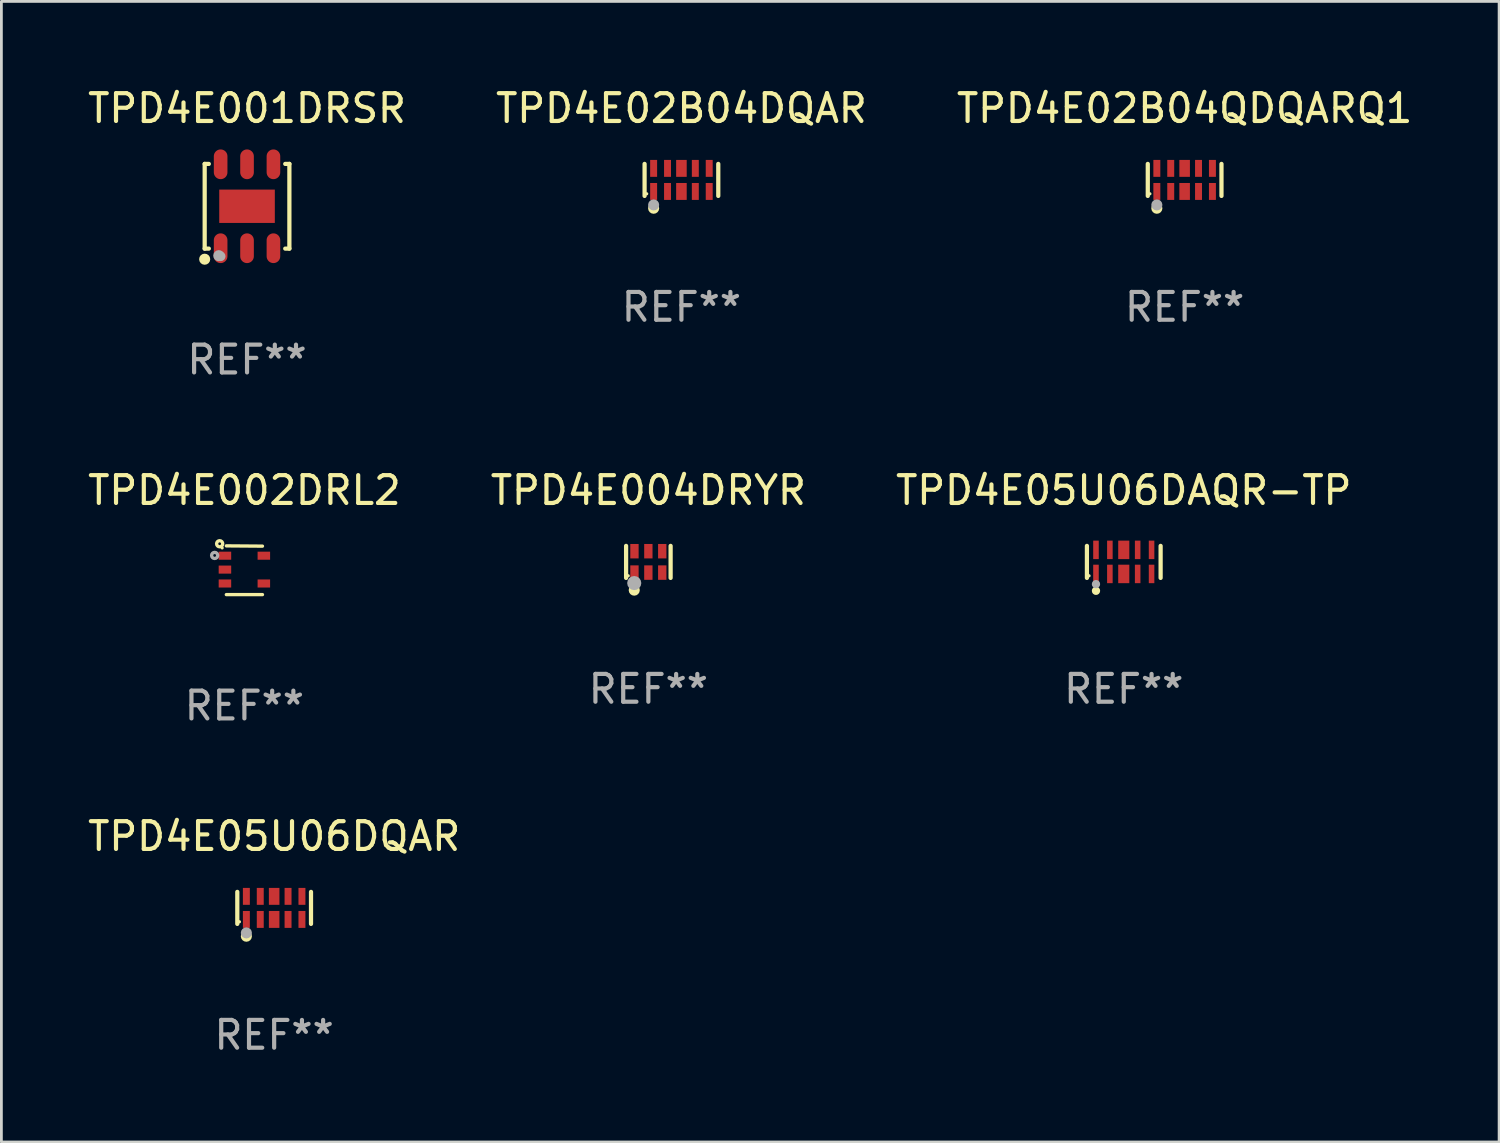
<source format=kicad_pcb>
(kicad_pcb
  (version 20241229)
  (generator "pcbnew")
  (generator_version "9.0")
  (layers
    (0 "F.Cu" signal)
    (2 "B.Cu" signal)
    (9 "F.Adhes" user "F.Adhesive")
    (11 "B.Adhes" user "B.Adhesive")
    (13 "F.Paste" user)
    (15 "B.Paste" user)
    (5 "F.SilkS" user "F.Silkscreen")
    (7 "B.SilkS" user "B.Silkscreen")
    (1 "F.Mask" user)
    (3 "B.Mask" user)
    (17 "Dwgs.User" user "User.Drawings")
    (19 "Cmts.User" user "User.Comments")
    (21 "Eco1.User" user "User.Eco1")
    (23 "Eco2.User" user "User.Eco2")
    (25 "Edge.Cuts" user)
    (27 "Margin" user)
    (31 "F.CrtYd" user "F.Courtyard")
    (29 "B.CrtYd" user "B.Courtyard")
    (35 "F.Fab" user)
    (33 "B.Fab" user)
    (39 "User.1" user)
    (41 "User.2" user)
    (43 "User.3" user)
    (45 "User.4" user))
  (footprint "TPD4E05U06DAQR-TP"
    (layer "F.Cu")
    (at 37.387 17.169)
    (property "Reference" "TPD4E05U06DAQR-TP" (at 0 -2.576 0) (layer "F.SilkS") (effects (font (size 1 1) (thickness 0.15))))
    (attr through_hole)
    (fp_line (start -1.326 0.576) (end -1.326 -0.576) (stroke (width 0.152) (type solid)) (layer "F.SilkS"))
    (fp_line (start 1.326 0.576) (end 1.326 -0.576) (stroke (width 0.152) (type solid)) (layer "F.SilkS"))
    (fp_circle (center -1.25 0.5) (end -1.22 0.5) (stroke (width 0.06) (type solid)) (fill no) (layer "F.SilkS"))
    (fp_circle (center -1 1.04) (end -0.925 1.04) (stroke (width 0.15) (type solid)) (fill no) (layer "F.SilkS"))
    (fp_circle (center -1 0.8) (end -0.925 0.8) (stroke (width 0.15) (type solid)) (fill no) (layer "F.Fab"))
    (fp_text user "REF**" (at 0 4.576 0) (layer "F.Fab") (effects (font (size 1 1) (thickness 0.15))))
    (pad "1" smd rect (at -1 0.433) (size 0.2 0.665) (layers "F.Cu" "F.Mask" "F.Paste"))
    (pad "2" smd rect (at -0.5 0.433) (size 0.2 0.665) (layers "F.Cu" "F.Mask" "F.Paste"))
    (pad "3" smd rect (at 0 0.433) (size 0.4 0.665) (layers "F.Cu" "F.Mask" "F.Paste"))
    (pad "4" smd rect (at 0.5 0.433) (size 0.2 0.665) (layers "F.Cu" "F.Mask" "F.Paste"))
    (pad "5" smd rect (at 1 0.433) (size 0.2 0.665) (layers "F.Cu" "F.Mask" "F.Paste"))
    (pad "6" smd rect (at 1 -0.433) (size 0.2 0.665) (layers "F.Cu" "F.Mask" "F.Paste"))
    (pad "7" smd rect (at 0.5 -0.433) (size 0.2 0.665) (layers "F.Cu" "F.Mask" "F.Paste"))
    (pad "8" smd rect (at 0 -0.433) (size 0.4 0.665) (layers "F.Cu" "F.Mask" "F.Paste"))
    (pad "9" smd rect (at -0.5 -0.433) (size 0.2 0.665) (layers "F.Cu" "F.Mask" "F.Paste"))
    (pad "10" smd rect (at -1 -0.433) (size 0.2 0.665) (layers "F.Cu" "F.Mask" "F.Paste")))
  (footprint "TPD4E02B04DQAR"
    (layer "F.Cu")
    (at 21.47 3.424)
    (property "Reference" "TPD4E02B04DQAR" (at 0 -2.576 0) (layer "F.SilkS") (effects (font (size 1 1) (thickness 0.15))))
    (attr through_hole)
    (fp_line (start -1.326 0.576) (end -1.326 -0.576) (stroke (width 0.152) (type solid)) (layer "F.SilkS"))
    (fp_line (start 1.326 -0.576) (end 1.326 0.576) (stroke (width 0.152) (type solid)) (layer "F.SilkS"))
    (fp_circle (center -1.25 0.5) (end -1.22 0.5) (stroke (width 0.06) (type solid)) (fill no) (layer "F.SilkS"))
    (fp_circle (center -1 1.019) (end -0.9 1.019) (stroke (width 0.2) (type solid)) (fill no) (layer "F.SilkS"))
    (fp_circle (center -1 0.9) (end -0.9 0.9) (stroke (width 0.2) (type solid)) (fill no) (layer "F.Fab"))
    (fp_text user "REF**" (at 0 4.576 0) (layer "F.Fab") (effects (font (size 1 1) (thickness 0.15))))
    (pad "1" smd rect (at -1 0.415) (size 0.25 0.609) (layers "F.Cu" "F.Mask" "F.Paste"))
    (pad "2" smd rect (at -0.5 0.415) (size 0.25 0.609) (layers "F.Cu" "F.Mask" "F.Paste"))
    (pad "3" smd rect (at 0 0.415) (size 0.38 0.609) (layers "F.Cu" "F.Mask" "F.Paste"))
    (pad "4" smd rect (at 0.5 0.415) (size 0.25 0.609) (layers "F.Cu" "F.Mask" "F.Paste"))
    (pad "5" smd rect (at 1 0.415) (size 0.25 0.609) (layers "F.Cu" "F.Mask" "F.Paste"))
    (pad "6" smd rect (at 1 -0.415) (size 0.25 0.609) (layers "F.Cu" "F.Mask" "F.Paste"))
    (pad "7" smd rect (at 0.5 -0.415) (size 0.25 0.609) (layers "F.Cu" "F.Mask" "F.Paste"))
    (pad "8" smd rect (at 0 -0.415) (size 0.38 0.609) (layers "F.Cu" "F.Mask" "F.Paste"))
    (pad "9" smd rect (at -0.5 -0.415) (size 0.25 0.609) (layers "F.Cu" "F.Mask" "F.Paste"))
    (pad "10" smd rect (at -1 -0.415) (size 0.25 0.609) (layers "F.Cu" "F.Mask" "F.Paste")))
  (footprint "TPD4E05U06DQAR"
    (layer "F.Cu")
    (at 6.815 29.619)
    (property "Reference" "TPD4E05U06DQAR" (at 0 -2.576 0) (layer "F.SilkS") (effects (font (size 1 1) (thickness 0.15))))
    (attr through_hole)
    (fp_line (start -1.326 0.576) (end -1.326 -0.576) (stroke (width 0.152) (type solid)) (layer "F.SilkS"))
    (fp_line (start 1.326 -0.576) (end 1.326 0.576) (stroke (width 0.152) (type solid)) (layer "F.SilkS"))
    (fp_circle (center -1.25 0.5) (end -1.22 0.5) (stroke (width 0.06) (type solid)) (fill no) (layer "F.SilkS"))
    (fp_circle (center -1 1.019) (end -0.9 1.019) (stroke (width 0.2) (type solid)) (fill no) (layer "F.SilkS"))
    (fp_circle (center -1 0.9) (end -0.9 0.9) (stroke (width 0.2) (type solid)) (fill no) (layer "F.Fab"))
    (fp_text user "REF**" (at 0 4.576 0) (layer "F.Fab") (effects (font (size 1 1) (thickness 0.15))))
    (pad "1" smd rect (at -1 0.415) (size 0.25 0.609) (layers "F.Cu" "F.Mask" "F.Paste"))
    (pad "2" smd rect (at -0.5 0.415) (size 0.25 0.609) (layers "F.Cu" "F.Mask" "F.Paste"))
    (pad "3" smd rect (at 0 0.415) (size 0.38 0.609) (layers "F.Cu" "F.Mask" "F.Paste"))
    (pad "4" smd rect (at 0.5 0.415) (size 0.25 0.609) (layers "F.Cu" "F.Mask" "F.Paste"))
    (pad "5" smd rect (at 1 0.415) (size 0.25 0.609) (layers "F.Cu" "F.Mask" "F.Paste"))
    (pad "6" smd rect (at 1 -0.415) (size 0.25 0.609) (layers "F.Cu" "F.Mask" "F.Paste"))
    (pad "7" smd rect (at 0.5 -0.415) (size 0.25 0.609) (layers "F.Cu" "F.Mask" "F.Paste"))
    (pad "8" smd rect (at 0 -0.415) (size 0.38 0.609) (layers "F.Cu" "F.Mask" "F.Paste"))
    (pad "9" smd rect (at -0.5 -0.415) (size 0.25 0.609) (layers "F.Cu" "F.Mask" "F.Paste"))
    (pad "10" smd rect (at -1 -0.415) (size 0.25 0.609) (layers "F.Cu" "F.Mask" "F.Paste")))
  (footprint "TPD4E02B04QDQARQ1"
    (layer "F.Cu")
    (at 39.577 3.424)
    (property "Reference" "TPD4E02B04QDQARQ1" (at 0 -2.576 0) (layer "F.SilkS") (effects (font (size 1 1) (thickness 0.15))))
    (attr through_hole)
    (fp_line (start -1.326 0.576) (end -1.326 -0.576) (stroke (width 0.152) (type solid)) (layer "F.SilkS"))
    (fp_line (start 1.326 -0.576) (end 1.326 0.576) (stroke (width 0.152) (type solid)) (layer "F.SilkS"))
    (fp_circle (center -1.25 0.5) (end -1.22 0.5) (stroke (width 0.06) (type solid)) (fill no) (layer "F.SilkS"))
    (fp_circle (center -1 1.019) (end -0.9 1.019) (stroke (width 0.2) (type solid)) (fill no) (layer "F.SilkS"))
    (fp_circle (center -1 0.9) (end -0.9 0.9) (stroke (width 0.2) (type solid)) (fill no) (layer "F.Fab"))
    (fp_text user "REF**" (at 0 4.576 0) (layer "F.Fab") (effects (font (size 1 1) (thickness 0.15))))
    (pad "1" smd rect (at -1 0.415) (size 0.25 0.609) (layers "F.Cu" "F.Mask" "F.Paste"))
    (pad "2" smd rect (at -0.5 0.415) (size 0.25 0.609) (layers "F.Cu" "F.Mask" "F.Paste"))
    (pad "3" smd rect (at 0 0.415) (size 0.38 0.609) (layers "F.Cu" "F.Mask" "F.Paste"))
    (pad "4" smd rect (at 0.5 0.415) (size 0.25 0.609) (layers "F.Cu" "F.Mask" "F.Paste"))
    (pad "5" smd rect (at 1 0.415) (size 0.25 0.609) (layers "F.Cu" "F.Mask" "F.Paste"))
    (pad "6" smd rect (at 1 -0.415) (size 0.25 0.609) (layers "F.Cu" "F.Mask" "F.Paste"))
    (pad "7" smd rect (at 0.5 -0.415) (size 0.25 0.609) (layers "F.Cu" "F.Mask" "F.Paste"))
    (pad "8" smd rect (at 0 -0.415) (size 0.38 0.609) (layers "F.Cu" "F.Mask" "F.Paste"))
    (pad "9" smd rect (at -0.5 -0.415) (size 0.25 0.609) (layers "F.Cu" "F.Mask" "F.Paste"))
    (pad "10" smd rect (at -1 -0.415) (size 0.25 0.609) (layers "F.Cu" "F.Mask" "F.Paste")))
  (footprint "TPD4E004DRYR"
    (layer "F.Cu")
    (at 20.28 17.169)
    (property "Reference" "TPD4E004DRYR" (at 0 -2.576 0) (layer "F.SilkS") (effects (font (size 1 1) (thickness 0.15))))
    (attr through_hole)
    (fp_line (start -0.801 0.576) (end -0.801 -0.576) (stroke (width 0.152) (type solid)) (layer "F.SilkS"))
    (fp_line (start 0.801 -0.576) (end 0.801 0.576) (stroke (width 0.152) (type solid)) (layer "F.SilkS"))
    (fp_circle (center -0.725 0.5) (end -0.695 0.5) (stroke (width 0.06) (type solid)) (fill no) (layer "F.SilkS"))
    (fp_circle (center -0.508 1.016) (end -0.408 1.016) (stroke (width 0.2) (type solid)) (fill no) (layer "F.SilkS"))
    (fp_circle (center -0.508 0.762) (end -0.381 0.762) (stroke (width 0.254) (type solid)) (fill no) (layer "F.Fab"))
    (fp_text user "REF**" (at 0 4.576 0) (layer "F.Fab") (effects (font (size 1 1) (thickness 0.15))))
    (pad "1" smd rect (at -0.5 0.385) (size 0.3 0.52) (layers "F.Cu" "F.Mask" "F.Paste"))
    (pad "2" smd rect (at 0 0.385) (size 0.3 0.52) (layers "F.Cu" "F.Mask" "F.Paste"))
    (pad "3" smd rect (at 0.5 0.385) (size 0.3 0.52) (layers "F.Cu" "F.Mask" "F.Paste"))
    (pad "4" smd rect (at 0.5 -0.385) (size 0.3 0.52) (layers "F.Cu" "F.Mask" "F.Paste"))
    (pad "5" smd rect (at 0 -0.385) (size 0.3 0.52) (layers "F.Cu" "F.Mask" "F.Paste"))
    (pad "6" smd rect (at -0.5 -0.385) (size 0.3 0.52) (layers "F.Cu" "F.Mask" "F.Paste")))
  (footprint "TPD4E002DRL2"
    (layer "F.Cu")
    (at 5.744 17.469)
    (property "Reference" "TPD4E002DRL2" (at 0 -2.877 0) (layer "F.SilkS") (effects (font (size 1 1) (thickness 0.15))))
    (attr through_hole)
    (fp_line (start 0.65 -0.867) (end -0.65 -0.877) (stroke (width 0.12) (type solid)) (layer "F.SilkS"))
    (fp_line (start 0.65 0.877) (end -0.65 0.877) (stroke (width 0.12) (type solid)) (layer "F.SilkS"))
    (fp_circle (center -0.89 -0.953) (end -0.84 -0.953) (stroke (width 0.12) (type solid)) (fill no) (layer "F.SilkS"))
    (fp_circle (center -0.8 -0.803) (end -0.77 -0.803) (stroke (width 0.06) (type solid)) (fill no) (layer "F.SilkS"))
    (fp_circle (center -1.07 -0.533) (end -1.02 -0.533) (stroke (width 0.12) (type solid)) (fill no) (layer "F.Fab"))
    (fp_text user "REF**" (at 0 4.877 0) (layer "F.Fab") (effects (font (size 1 1) (thickness 0.15))))
    (pad "1" smd rect (at -0.7 -0.523) (size 0.45 0.29) (layers "F.Cu" "F.Mask" "F.Paste"))
    (pad "2" smd rect (at -0.7 -0.023) (size 0.45 0.29) (layers "F.Cu" "F.Mask" "F.Paste"))
    (pad "3" smd rect (at -0.7 0.477) (size 0.45 0.29) (layers "F.Cu" "F.Mask" "F.Paste"))
    (pad "4" smd rect (at 0.7 0.477) (size 0.45 0.29) (layers "F.Cu" "F.Mask" "F.Paste"))
    (pad "5" smd rect (at 0.7 -0.523) (size 0.45 0.29) (layers "F.Cu" "F.Mask" "F.Paste")))
  (footprint "TPD4E001DRSR"
    (layer "F.Cu")
    (at 5.839 4.372)
    (property "Reference" "TPD4E001DRSR" (at 0 -3.524 0) (layer "F.SilkS") (effects (font (size 1 1) (thickness 0.15))))
    (attr through_hole)
    (fp_line (start -1.524 -1.524) (end -1.375 -1.524) (stroke (width 0.152) (type solid)) (layer "F.SilkS"))
    (fp_line (start -1.524 1.524) (end -1.524 -1.524) (stroke (width 0.152) (type solid)) (layer "F.SilkS"))
    (fp_line (start -1.375 1.524) (end -1.524 1.524) (stroke (width 0.152) (type solid)) (layer "F.SilkS"))
    (fp_line (start 1.375 -1.524) (end 1.524 -1.524) (stroke (width 0.152) (type solid)) (layer "F.SilkS"))
    (fp_line (start 1.524 -1.524) (end 1.524 1.524) (stroke (width 0.152) (type solid)) (layer "F.SilkS"))
    (fp_line (start 1.524 1.524) (end 1.375 1.524) (stroke (width 0.152) (type solid)) (layer "F.SilkS"))
    (fp_circle (center -1.524 1.905) (end -1.424 1.905) (stroke (width 0.2) (type solid)) (fill no) (layer "F.SilkS"))
    (fp_circle (center -1.5 1.5) (end -1.47 1.5) (stroke (width 0.06) (type solid)) (fill no) (layer "F.SilkS"))
    (fp_circle (center -1.016 1.778) (end -0.916 1.778) (stroke (width 0.2) (type solid)) (fill no) (layer "F.Fab"))
    (fp_circle (center -0.95 1.8) (end -0.862 1.8) (stroke (width 0.175) (type solid)) (fill no) (layer "F.Fab"))
    (fp_text user "REF**" (at 0 5.524 0) (layer "F.Fab") (effects (font (size 1 1) (thickness 0.15))))
    (pad "1" smd oval (at -0.95 1.51) (size 0.49 1.07) (layers "F.Cu" "F.Mask" "F.Paste"))
    (pad "2" smd oval (at 0 1.51) (size 0.49 1.07) (layers "F.Cu" "F.Mask" "F.Paste"))
    (pad "3" smd oval (at 0.95 1.51) (size 0.49 1.07) (layers "F.Cu" "F.Mask" "F.Paste"))
    (pad "4" smd oval (at 0.95 -1.51) (size 0.49 1.07) (layers "F.Cu" "F.Mask" "F.Paste"))
    (pad "5" smd oval (at 0 -1.51) (size 0.49 1.07) (layers "F.Cu" "F.Mask" "F.Paste"))
    (pad "6" smd oval (at -0.95 -1.51) (size 0.49 1.07) (layers "F.Cu" "F.Mask" "F.Paste"))
    (pad "7" smd rect (at 0 0) (size 2 1.2) (layers "F.Cu" "F.Mask" "F.Paste")))
  (gr_rect
    (start -3 -3)
    (end 50.893 38.043)
    (stroke (width 0.1) (type default))
    (fill no)
    (layer "Edge.Cuts")))
</source>
